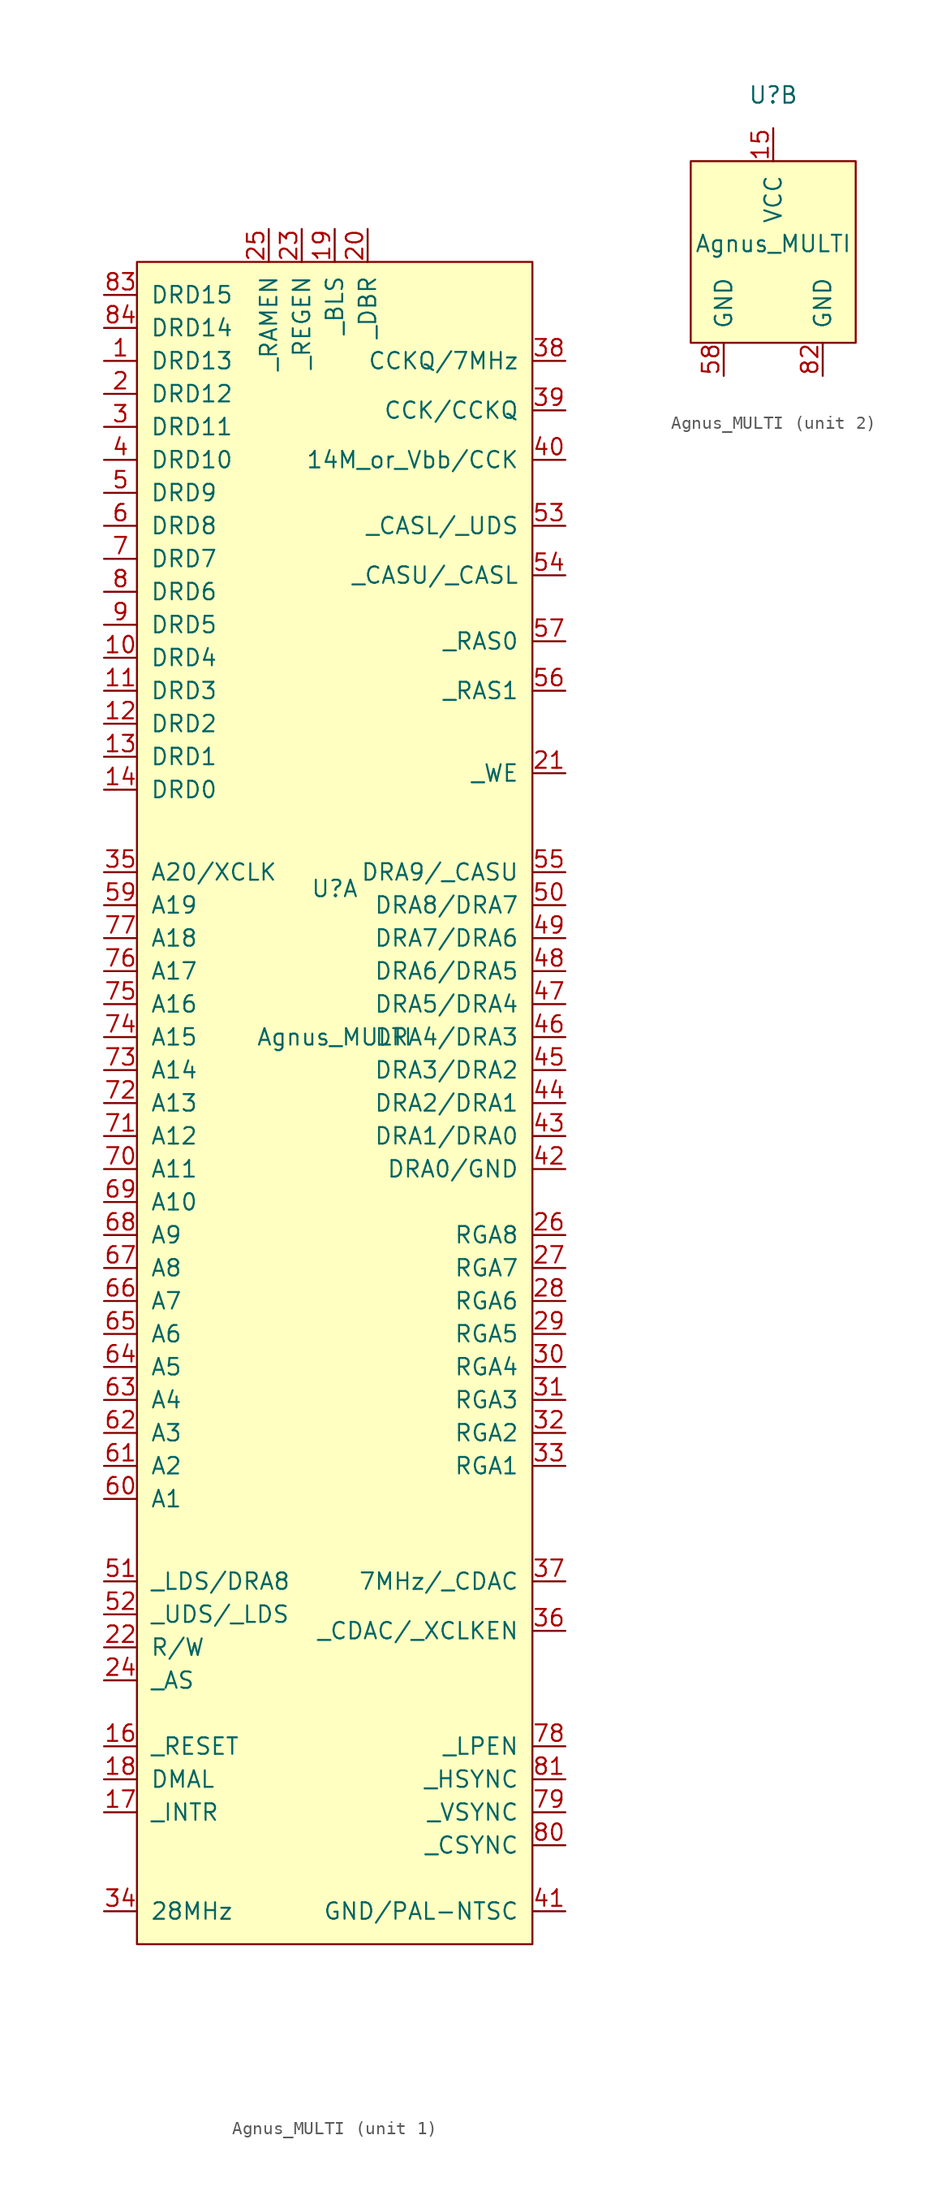
<source format=kicad_sym>
(kicad_symbol_lib
  (version 20211014)
  (generator kicad_symbol_editor)
  (symbol "Agnus_MULTI"
    (pin_names
      (offset 1.016))
    (property "Reference" "U"
      (at 0 11.43 0)
      (effects (font (size 1.27 1.27))))
    (property "Value" "Agnus_MULTI"
      (at 0 0 0)
      (effects (font (size 1.27 1.27))))
    (property "ki_locked" ""
      (at 0 0 0)
      (effects (font (size 1.27 1.27))))
    (symbol "Agnus_MULTI_1_1"
      (rectangle (start -15.24 59.69) (end 15.24 -69.85) (stroke (width 0) (type default) (color 0 0 0 0)) (fill (type background)))
      (pin bidirectional line (at -17.78 52.07 0) (length 2.54) (name "DRD13" (effects (font (size 1.27 1.27)))) (number "1" (effects (font (size 1.27 1.27)))))
      (pin bidirectional line (at -17.78 29.21 0) (length 2.54) (name "DRD4" (effects (font (size 1.27 1.27)))) (number "10" (effects (font (size 1.27 1.27)))))
      (pin bidirectional line (at -17.78 26.67 0) (length 2.54) (name "DRD3" (effects (font (size 1.27 1.27)))) (number "11" (effects (font (size 1.27 1.27)))))
      (pin bidirectional line (at -17.78 24.13 0) (length 2.54) (name "DRD2" (effects (font (size 1.27 1.27)))) (number "12" (effects (font (size 1.27 1.27)))))
      (pin bidirectional line (at -17.78 21.59 0) (length 2.54) (name "DRD1" (effects (font (size 1.27 1.27)))) (number "13" (effects (font (size 1.27 1.27)))))
      (pin bidirectional line (at -17.78 19.05 0) (length 2.54) (name "DRD0" (effects (font (size 1.27 1.27)))) (number "14" (effects (font (size 1.27 1.27)))))
      (pin input line (at -17.78 -54.61 0) (length 2.54) (name "_RESET" (effects (font (size 1.27 1.27)))) (number "16" (effects (font (size 1.27 1.27)))))
      (pin output line (at -17.78 -59.69 0) (length 2.54) (name "_INTR" (effects (font (size 1.27 1.27)))) (number "17" (effects (font (size 1.27 1.27)))))
      (pin input line (at -17.78 -57.15 0) (length 2.54) (name "DMAL" (effects (font (size 1.27 1.27)))) (number "18" (effects (font (size 1.27 1.27)))))
      (pin input line (at 0 62.23 270) (length 2.54) (name "_BLS" (effects (font (size 1.27 1.27)))) (number "19" (effects (font (size 1.27 1.27)))))
      (pin bidirectional line (at -17.78 49.53 0) (length 2.54) (name "DRD12" (effects (font (size 1.27 1.27)))) (number "2" (effects (font (size 1.27 1.27)))))
      (pin output line (at 2.54 62.23 270) (length 2.54) (name "_DBR" (effects (font (size 1.27 1.27)))) (number "20" (effects (font (size 1.27 1.27)))))
      (pin output line (at 17.78 20.32 180) (length 2.54) (name "_WE" (effects (font (size 1.27 1.27)))) (number "21" (effects (font (size 1.27 1.27)))))
      (pin input line (at -17.78 -46.99 0) (length 2.54) (name "R/W" (effects (font (size 1.27 1.27)))) (number "22" (effects (font (size 1.27 1.27)))))
      (pin input line (at -2.54 62.23 270) (length 2.54) (name "_REGEN" (effects (font (size 1.27 1.27)))) (number "23" (effects (font (size 1.27 1.27)))))
      (pin input line (at -17.78 -49.53 0) (length 2.54) (name "_AS" (effects (font (size 1.27 1.27)))) (number "24" (effects (font (size 1.27 1.27)))))
      (pin input line (at -5.08 62.23 270) (length 2.54) (name "_RAMEN" (effects (font (size 1.27 1.27)))) (number "25" (effects (font (size 1.27 1.27)))))
      (pin output line (at 17.78 -15.24 180) (length 2.54) (name "RGA8" (effects (font (size 1.27 1.27)))) (number "26" (effects (font (size 1.27 1.27)))))
      (pin output line (at 17.78 -17.78 180) (length 2.54) (name "RGA7" (effects (font (size 1.27 1.27)))) (number "27" (effects (font (size 1.27 1.27)))))
      (pin output line (at 17.78 -20.32 180) (length 2.54) (name "RGA6" (effects (font (size 1.27 1.27)))) (number "28" (effects (font (size 1.27 1.27)))))
      (pin output line (at 17.78 -22.86 180) (length 2.54) (name "RGA5" (effects (font (size 1.27 1.27)))) (number "29" (effects (font (size 1.27 1.27)))))
      (pin bidirectional line (at -17.78 46.99 0) (length 2.54) (name "DRD11" (effects (font (size 1.27 1.27)))) (number "3" (effects (font (size 1.27 1.27)))))
      (pin output line (at 17.78 -25.4 180) (length 2.54) (name "RGA4" (effects (font (size 1.27 1.27)))) (number "30" (effects (font (size 1.27 1.27)))))
      (pin output line (at 17.78 -27.94 180) (length 2.54) (name "RGA3" (effects (font (size 1.27 1.27)))) (number "31" (effects (font (size 1.27 1.27)))))
      (pin output line (at 17.78 -30.48 180) (length 2.54) (name "RGA2" (effects (font (size 1.27 1.27)))) (number "32" (effects (font (size 1.27 1.27)))))
      (pin output line (at 17.78 -33.02 180) (length 2.54) (name "RGA1" (effects (font (size 1.27 1.27)))) (number "33" (effects (font (size 1.27 1.27)))))
      (pin output line (at -17.78 -67.31 0) (length 2.54) (name "28MHz" (effects (font (size 1.27 1.27)))) (number "34" (effects (font (size 1.27 1.27)))))
      (pin bidirectional line (at -17.78 12.7 0) (length 2.54) (name "A20/XCLK" (effects (font (size 1.27 1.27)))) (number "35" (effects (font (size 1.27 1.27)))))
      (pin output line (at 17.78 -45.72 180) (length 2.54) (name "_CDAC/_XCLKEN" (effects (font (size 1.27 1.27)))) (number "36" (effects (font (size 1.27 1.27)))))
      (pin output line (at 17.78 -41.91 180) (length 2.54) (name "7MHz/_CDAC" (effects (font (size 1.27 1.27)))) (number "37" (effects (font (size 1.27 1.27)))))
      (pin output line (at 17.78 52.07 180) (length 2.54) (name "CCKQ/7MHz" (effects (font (size 1.27 1.27)))) (number "38" (effects (font (size 1.27 1.27)))))
      (pin output line (at 17.78 48.26 180) (length 2.54) (name "CCK/CCKQ" (effects (font (size 1.27 1.27)))) (number "39" (effects (font (size 1.27 1.27)))))
      (pin bidirectional line (at -17.78 44.45 0) (length 2.54) (name "DRD10" (effects (font (size 1.27 1.27)))) (number "4" (effects (font (size 1.27 1.27)))))
      (pin output line (at 17.78 44.45 180) (length 2.54) (name "14M_or_Vbb/CCK" (effects (font (size 1.27 1.27)))) (number "40" (effects (font (size 1.27 1.27)))))
      (pin input line (at 17.78 -67.31 180) (length 2.54) (name "GND/PAL-NTSC" (effects (font (size 1.27 1.27)))) (number "41" (effects (font (size 1.27 1.27)))))
      (pin output line (at 17.78 -10.16 180) (length 2.54) (name "DRA0/GND" (effects (font (size 1.27 1.27)))) (number "42" (effects (font (size 1.27 1.27)))))
      (pin output line (at 17.78 -7.62 180) (length 2.54) (name "DRA1/DRA0" (effects (font (size 1.27 1.27)))) (number "43" (effects (font (size 1.27 1.27)))))
      (pin output line (at 17.78 -5.08 180) (length 2.54) (name "DRA2/DRA1" (effects (font (size 1.27 1.27)))) (number "44" (effects (font (size 1.27 1.27)))))
      (pin output line (at 17.78 -2.54 180) (length 2.54) (name "DRA3/DRA2" (effects (font (size 1.27 1.27)))) (number "45" (effects (font (size 1.27 1.27)))))
      (pin output line (at 17.78 0 180) (length 2.54) (name "DRA4/DRA3" (effects (font (size 1.27 1.27)))) (number "46" (effects (font (size 1.27 1.27)))))
      (pin output line (at 17.78 2.54 180) (length 2.54) (name "DRA5/DRA4" (effects (font (size 1.27 1.27)))) (number "47" (effects (font (size 1.27 1.27)))))
      (pin output line (at 17.78 5.08 180) (length 2.54) (name "DRA6/DRA5" (effects (font (size 1.27 1.27)))) (number "48" (effects (font (size 1.27 1.27)))))
      (pin output line (at 17.78 7.62 180) (length 2.54) (name "DRA7/DRA6" (effects (font (size 1.27 1.27)))) (number "49" (effects (font (size 1.27 1.27)))))
      (pin bidirectional line (at -17.78 41.91 0) (length 2.54) (name "DRD9" (effects (font (size 1.27 1.27)))) (number "5" (effects (font (size 1.27 1.27)))))
      (pin output line (at 17.78 10.16 180) (length 2.54) (name "DRA8/DRA7" (effects (font (size 1.27 1.27)))) (number "50" (effects (font (size 1.27 1.27)))))
      (pin input line (at -17.78 -41.91 0) (length 2.54) (name "_LDS/DRA8" (effects (font (size 1.27 1.27)))) (number "51" (effects (font (size 1.27 1.27)))))
      (pin input line (at -17.78 -44.45 0) (length 2.54) (name "_UDS/_LDS" (effects (font (size 1.27 1.27)))) (number "52" (effects (font (size 1.27 1.27)))))
      (pin output line (at 17.78 39.37 180) (length 2.54) (name "_CASL/_UDS" (effects (font (size 1.27 1.27)))) (number "53" (effects (font (size 1.27 1.27)))))
      (pin output line (at 17.78 35.56 180) (length 2.54) (name "_CASU/_CASL" (effects (font (size 1.27 1.27)))) (number "54" (effects (font (size 1.27 1.27)))))
      (pin output line (at 17.78 12.7 180) (length 2.54) (name "DRA9/_CASU" (effects (font (size 1.27 1.27)))) (number "55" (effects (font (size 1.27 1.27)))))
      (pin output line (at 17.78 26.67 180) (length 2.54) (name "_RAS1" (effects (font (size 1.27 1.27)))) (number "56" (effects (font (size 1.27 1.27)))))
      (pin output line (at 17.78 30.48 180) (length 2.54) (name "_RAS0" (effects (font (size 1.27 1.27)))) (number "57" (effects (font (size 1.27 1.27)))))
      (pin bidirectional line (at -17.78 10.16 0) (length 2.54) (name "A19" (effects (font (size 1.27 1.27)))) (number "59" (effects (font (size 1.27 1.27)))))
      (pin bidirectional line (at -17.78 39.37 0) (length 2.54) (name "DRD8" (effects (font (size 1.27 1.27)))) (number "6" (effects (font (size 1.27 1.27)))))
      (pin bidirectional line (at -17.78 -35.56 0) (length 2.54) (name "A1" (effects (font (size 1.27 1.27)))) (number "60" (effects (font (size 1.27 1.27)))))
      (pin bidirectional line (at -17.78 -33.02 0) (length 2.54) (name "A2" (effects (font (size 1.27 1.27)))) (number "61" (effects (font (size 1.27 1.27)))))
      (pin bidirectional line (at -17.78 -30.48 0) (length 2.54) (name "A3" (effects (font (size 1.27 1.27)))) (number "62" (effects (font (size 1.27 1.27)))))
      (pin bidirectional line (at -17.78 -27.94 0) (length 2.54) (name "A4" (effects (font (size 1.27 1.27)))) (number "63" (effects (font (size 1.27 1.27)))))
      (pin bidirectional line (at -17.78 -25.4 0) (length 2.54) (name "A5" (effects (font (size 1.27 1.27)))) (number "64" (effects (font (size 1.27 1.27)))))
      (pin bidirectional line (at -17.78 -22.86 0) (length 2.54) (name "A6" (effects (font (size 1.27 1.27)))) (number "65" (effects (font (size 1.27 1.27)))))
      (pin bidirectional line (at -17.78 -20.32 0) (length 2.54) (name "A7" (effects (font (size 1.27 1.27)))) (number "66" (effects (font (size 1.27 1.27)))))
      (pin bidirectional line (at -17.78 -17.78 0) (length 2.54) (name "A8" (effects (font (size 1.27 1.27)))) (number "67" (effects (font (size 1.27 1.27)))))
      (pin bidirectional line (at -17.78 -15.24 0) (length 2.54) (name "A9" (effects (font (size 1.27 1.27)))) (number "68" (effects (font (size 1.27 1.27)))))
      (pin bidirectional line (at -17.78 -12.7 0) (length 2.54) (name "A10" (effects (font (size 1.27 1.27)))) (number "69" (effects (font (size 1.27 1.27)))))
      (pin bidirectional line (at -17.78 36.83 0) (length 2.54) (name "DRD7" (effects (font (size 1.27 1.27)))) (number "7" (effects (font (size 1.27 1.27)))))
      (pin bidirectional line (at -17.78 -10.16 0) (length 2.54) (name "A11" (effects (font (size 1.27 1.27)))) (number "70" (effects (font (size 1.27 1.27)))))
      (pin bidirectional line (at -17.78 -7.62 0) (length 2.54) (name "A12" (effects (font (size 1.27 1.27)))) (number "71" (effects (font (size 1.27 1.27)))))
      (pin bidirectional line (at -17.78 -5.08 0) (length 2.54) (name "A13" (effects (font (size 1.27 1.27)))) (number "72" (effects (font (size 1.27 1.27)))))
      (pin bidirectional line (at -17.78 -2.54 0) (length 2.54) (name "A14" (effects (font (size 1.27 1.27)))) (number "73" (effects (font (size 1.27 1.27)))))
      (pin bidirectional line (at -17.78 0 0) (length 2.54) (name "A15" (effects (font (size 1.27 1.27)))) (number "74" (effects (font (size 1.27 1.27)))))
      (pin bidirectional line (at -17.78 2.54 0) (length 2.54) (name "A16" (effects (font (size 1.27 1.27)))) (number "75" (effects (font (size 1.27 1.27)))))
      (pin bidirectional line (at -17.78 5.08 0) (length 2.54) (name "A17" (effects (font (size 1.27 1.27)))) (number "76" (effects (font (size 1.27 1.27)))))
      (pin bidirectional line (at -17.78 7.62 0) (length 2.54) (name "A18" (effects (font (size 1.27 1.27)))) (number "77" (effects (font (size 1.27 1.27)))))
      (pin input line (at 17.78 -54.61 180) (length 2.54) (name "_LPEN" (effects (font (size 1.27 1.27)))) (number "78" (effects (font (size 1.27 1.27)))))
      (pin bidirectional line (at 17.78 -59.69 180) (length 2.54) (name "_VSYNC" (effects (font (size 1.27 1.27)))) (number "79" (effects (font (size 1.27 1.27)))))
      (pin bidirectional line (at -17.78 34.29 0) (length 2.54) (name "DRD6" (effects (font (size 1.27 1.27)))) (number "8" (effects (font (size 1.27 1.27)))))
      (pin output line (at 17.78 -62.23 180) (length 2.54) (name "_CSYNC" (effects (font (size 1.27 1.27)))) (number "80" (effects (font (size 1.27 1.27)))))
      (pin bidirectional line (at 17.78 -57.15 180) (length 2.54) (name "_HSYNC" (effects (font (size 1.27 1.27)))) (number "81" (effects (font (size 1.27 1.27)))))
      (pin bidirectional line (at -17.78 57.15 0) (length 2.54) (name "DRD15" (effects (font (size 1.27 1.27)))) (number "83" (effects (font (size 1.27 1.27)))))
      (pin bidirectional line (at -17.78 54.61 0) (length 2.54) (name "DRD14" (effects (font (size 1.27 1.27)))) (number "84" (effects (font (size 1.27 1.27)))))
      (pin bidirectional line (at -17.78 31.75 0) (length 2.54) (name "DRD5" (effects (font (size 1.27 1.27)))) (number "9" (effects (font (size 1.27 1.27))))))
    (symbol "Agnus_MULTI_2_1"
      (rectangle (start -6.35 6.35) (end 6.35 -7.62) (stroke (width 0) (type default) (color 0 0 0 0)) (fill (type background)))
      (pin power_in line (at 0 8.89 270) (length 2.54) (name "VCC" (effects (font (size 1.27 1.27)))) (number "15" (effects (font (size 1.27 1.27)))))
      (pin power_in line (at -3.81 -10.16 90) (length 2.54) (name "GND" (effects (font (size 1.27 1.27)))) (number "58" (effects (font (size 1.27 1.27)))))
      (pin power_in line (at 3.81 -10.16 90) (length 2.54) (name "GND" (effects (font (size 1.27 1.27)))) (number "82" (effects (font (size 1.27 1.27))))))))
</source>
